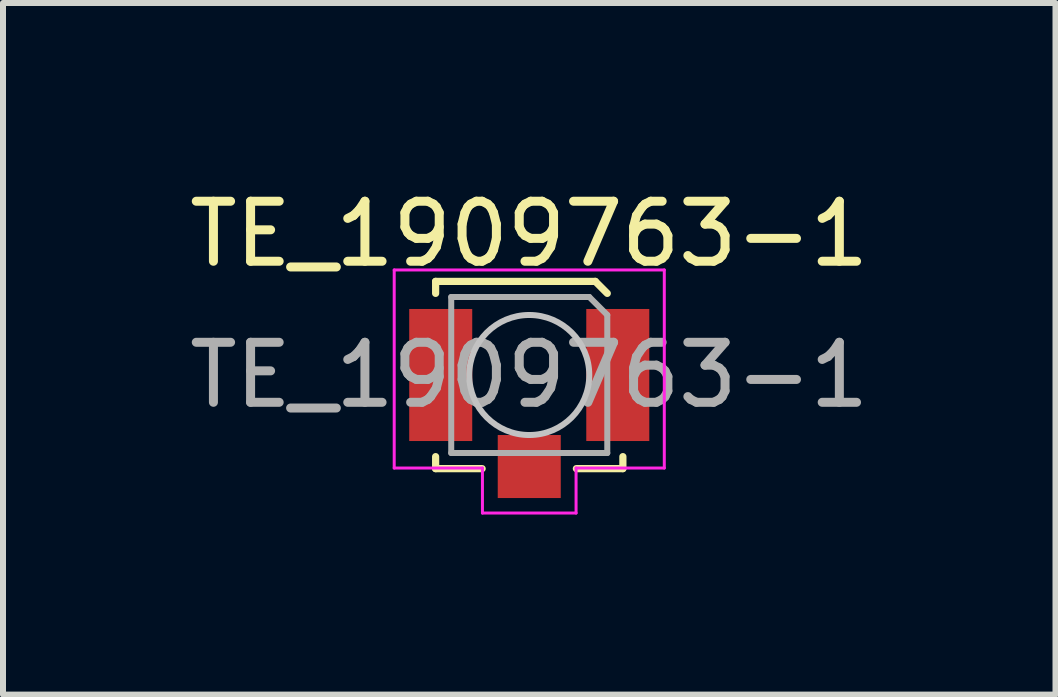
<source format=kicad_pcb>
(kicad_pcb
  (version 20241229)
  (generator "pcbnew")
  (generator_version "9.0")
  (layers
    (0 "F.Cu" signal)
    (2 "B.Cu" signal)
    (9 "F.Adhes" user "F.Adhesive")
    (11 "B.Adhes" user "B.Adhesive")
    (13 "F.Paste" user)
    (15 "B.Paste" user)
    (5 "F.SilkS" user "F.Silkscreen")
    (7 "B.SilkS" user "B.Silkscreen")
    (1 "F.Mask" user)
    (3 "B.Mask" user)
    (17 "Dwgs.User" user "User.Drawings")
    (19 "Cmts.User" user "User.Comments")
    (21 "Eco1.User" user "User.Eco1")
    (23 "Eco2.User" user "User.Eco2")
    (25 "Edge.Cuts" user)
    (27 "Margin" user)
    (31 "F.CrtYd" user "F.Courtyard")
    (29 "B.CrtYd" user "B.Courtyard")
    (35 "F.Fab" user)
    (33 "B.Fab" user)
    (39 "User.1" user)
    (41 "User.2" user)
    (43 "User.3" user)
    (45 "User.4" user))
  (footprint "TE_1909763-1"
    (layer "F.Cu")
    (at 5.768 3.198)
    (property "Reference" "TE_1909763-1" (at 0 -2.35 0) (layer "F.SilkS") (effects (font (size 1 1) (thickness 0.15))))
    (attr through_hole)
    (fp_line (start -1.56 -1.56) (end -1.56 -1.36) (stroke (width 0.12) (type solid)) (layer "F.SilkS"))
    (fp_line (start -1.56 -1.56) (end 1.1 -1.56) (stroke (width 0.12) (type solid)) (layer "F.SilkS"))
    (fp_line (start -1.56 1.56) (end -1.56 1.36) (stroke (width 0.12) (type solid)) (layer "F.SilkS"))
    (fp_line (start -1.56 1.56) (end -0.785 1.56) (stroke (width 0.12) (type solid)) (layer "F.SilkS"))
    (fp_line (start 1.1 -1.56) (end 1.3 -1.36) (stroke (width 0.12) (type solid)) (layer "F.SilkS"))
    (fp_line (start 1.56 1.56) (end 0.785 1.56) (stroke (width 0.12) (type solid)) (layer "F.SilkS"))
    (fp_line (start 1.56 1.56) (end 1.56 1.36) (stroke (width 0.12) (type solid)) (layer "F.SilkS"))
    (fp_circle (center 0 0) (end 1 0) (stroke (width 0.1) (type solid)) (fill no) (layer "Dwgs.User"))
    (fp_line (start -2.25 -1.75) (end 2.25 -1.75) (stroke (width 0.05) (type solid)) (layer "F.CrtYd"))
    (fp_line (start -2.25 1.55) (end -2.25 -1.75) (stroke (width 0.05) (type solid)) (layer "F.CrtYd"))
    (fp_line (start -0.78 1.55) (end -2.25 1.55) (stroke (width 0.05) (type solid)) (layer "F.CrtYd"))
    (fp_line (start -0.78 1.55) (end -0.78 2.3) (stroke (width 0.05) (type solid)) (layer "F.CrtYd"))
    (fp_line (start 0.78 1.55) (end 0.78 2.3) (stroke (width 0.05) (type solid)) (layer "F.CrtYd"))
    (fp_line (start 0.78 1.55) (end 2.25 1.55) (stroke (width 0.05) (type solid)) (layer "F.CrtYd"))
    (fp_line (start 0.78 2.3) (end -0.78 2.3) (stroke (width 0.05) (type solid)) (layer "F.CrtYd"))
    (fp_line (start 2.25 1.55) (end 2.25 -1.75) (stroke (width 0.05) (type solid)) (layer "F.CrtYd"))
    (fp_line (start -1.3 -1.3) (end -1.3 1.3) (stroke (width 0.1) (type solid)) (layer "F.Fab"))
    (fp_line (start -1.3 1.3) (end 1.3 1.3) (stroke (width 0.1) (type solid)) (layer "F.Fab"))
    (fp_line (start 1 -1.3) (end -1.3 -1.3) (stroke (width 0.1) (type solid)) (layer "F.Fab"))
    (fp_line (start 1 -1.3) (end 1.3 -1) (stroke (width 0.1) (type solid)) (layer "F.Fab"))
    (fp_line (start 1.3 1.3) (end 1.3 -1) (stroke (width 0.1) (type solid)) (layer "F.Fab"))
    (fp_text user "${REFERENCE}" (at 0 0 0) (layer "F.Fab") (effects (font (size 1 1) (thickness 0.15))))
    (pad "1" smd rect (at 0 1.525) (size 1.05 1.05) (layers "F.Cu" "F.Mask" "F.Paste"))
    (pad "2" smd rect (at -1.475 0) (size 1.05 2.2) (layers "F.Cu" "F.Mask" "F.Paste"))
    (pad "2" smd rect (at 1.475 0) (size 1.05 2.2) (layers "F.Cu" "F.Mask" "F.Paste")))
  (gr_rect
    (start -3 -3)
    (end 14.536 8.523)
    (stroke (width 0.1) (type default))
    (fill no)
    (layer "Edge.Cuts")))
</source>
